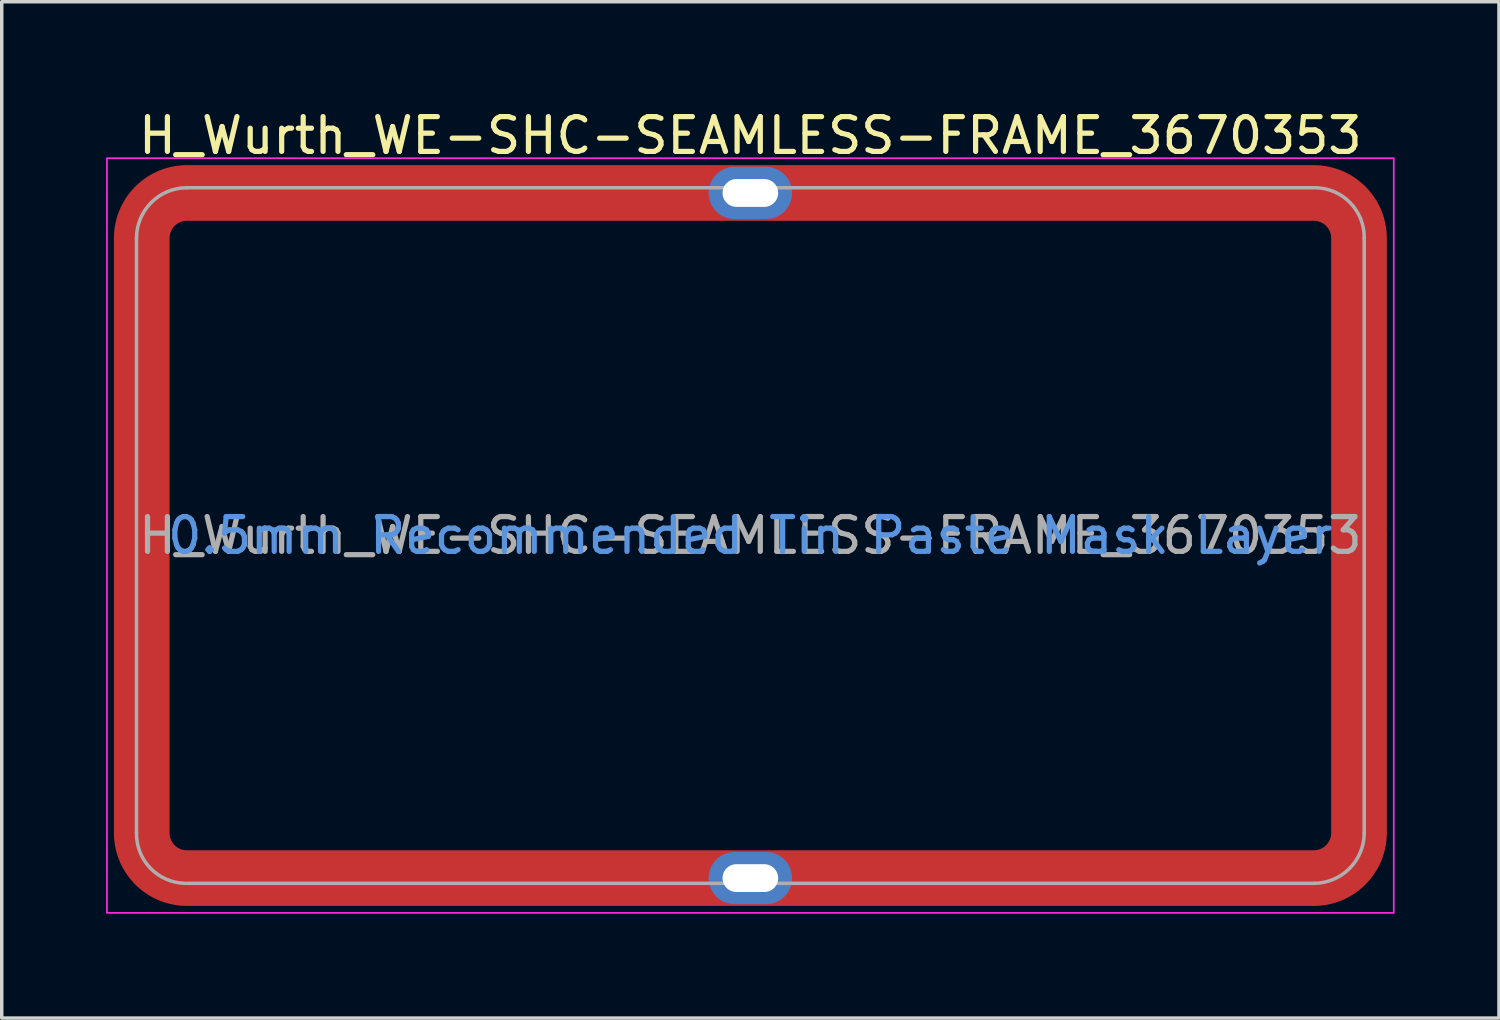
<source format=kicad_pcb>
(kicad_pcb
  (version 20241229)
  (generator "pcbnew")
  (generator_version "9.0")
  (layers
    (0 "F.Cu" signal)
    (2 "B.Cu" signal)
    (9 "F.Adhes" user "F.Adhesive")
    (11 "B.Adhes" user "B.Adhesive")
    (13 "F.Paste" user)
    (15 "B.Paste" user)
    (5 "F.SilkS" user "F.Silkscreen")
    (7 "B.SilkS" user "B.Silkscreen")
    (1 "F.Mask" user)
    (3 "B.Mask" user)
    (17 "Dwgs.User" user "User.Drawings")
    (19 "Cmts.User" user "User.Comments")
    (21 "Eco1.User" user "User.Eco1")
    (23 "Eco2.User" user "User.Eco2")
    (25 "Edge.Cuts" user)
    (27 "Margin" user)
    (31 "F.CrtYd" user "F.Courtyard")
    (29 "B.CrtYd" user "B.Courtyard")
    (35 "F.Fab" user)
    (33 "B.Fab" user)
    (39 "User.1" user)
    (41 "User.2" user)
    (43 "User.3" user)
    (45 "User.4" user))
  (footprint "H_Wurth_WE-SHC-SEAMLESS-FRAME_3670353"
    (layer "F.Cu")
    (at 18.525 12.348)
    (property "Reference" "H_Wurth_WE-SHC-SEAMLESS-FRAME_3670353" (at 0 -11.5 0) (unlocked yes) (layer "F.SilkS") (effects (font (size 1 1) (thickness 0.15))))
    (attr smd)
    (fp_poly (pts (xy -16.75 0.004) (xy -18.25 0.004) (xy -18.25 -8.55) (xy -18.247 -8.657) (xy -18.239 -8.764) (xy -18.225 -8.871) (xy -18.205 -8.976) (xy -18.18 -9.081) (xy -18.15 -9.183) (xy -18.114 -9.285) (xy -18.073 -9.384) (xy -18.027 -9.481) (xy -17.975 -9.575) (xy -17.919 -9.667) (xy -17.858 -9.755) (xy -17.793 -9.84) (xy -17.723 -9.922) (xy -17.65 -10) (xy -17.572 -10.073) (xy -17.49 -10.143) (xy -17.405 -10.208) (xy -17.317 -10.269) (xy -17.225 -10.325) (xy -17.131 -10.377) (xy -17.034 -10.423) (xy -16.935 -10.464) (xy -16.833 -10.5) (xy -16.731 -10.53) (xy -16.626 -10.555) (xy -16.521 -10.575) (xy -16.414 -10.589) (xy -16.307 -10.597) (xy -16.2 -10.6) (xy 16.2 -10.6) (xy 16.307 -10.597) (xy 16.414 -10.589) (xy 16.521 -10.575) (xy 16.626 -10.555) (xy 16.731 -10.53) (xy 16.833 -10.5) (xy 16.935 -10.464) (xy 17.034 -10.423) (xy 17.131 -10.377) (xy 17.225 -10.325) (xy 17.317 -10.269) (xy 17.405 -10.208) (xy 17.49 -10.143) (xy 17.572 -10.073) (xy 17.65 -10) (xy 17.723 -9.922) (xy 17.793 -9.84) (xy 17.858 -9.755) (xy 17.919 -9.667) (xy 17.975 -9.575) (xy 18.027 -9.481) (xy 18.073 -9.384) (xy 18.114 -9.285) (xy 18.15 -9.183) (xy 18.18 -9.081) (xy 18.205 -8.976) (xy 18.225 -8.871) (xy 18.239 -8.764) (xy 18.247 -8.657) (xy 18.25 -8.55) (xy 18.25 0.004) (xy 16.75 0.004) (xy 16.75 -8.55) (xy 16.749 -8.579) (xy 16.747 -8.607) (xy 16.743 -8.636) (xy 16.738 -8.664) (xy 16.731 -8.692) (xy 16.723 -8.72) (xy 16.713 -8.747) (xy 16.702 -8.774) (xy 16.69 -8.8) (xy 16.676 -8.825) (xy 16.661 -8.85) (xy 16.645 -8.873) (xy 16.627 -8.896) (xy 16.609 -8.918) (xy 16.589 -8.939) (xy 16.568 -8.959) (xy 16.546 -8.977) (xy 16.523 -8.995) (xy 16.5 -9.011) (xy 16.475 -9.026) (xy 16.45 -9.04) (xy 16.424 -9.052) (xy 16.397 -9.063) (xy 16.37 -9.073) (xy 16.342 -9.081) (xy 16.314 -9.088) (xy 16.286 -9.093) (xy 16.257 -9.097) (xy 16.229 -9.099) (xy 16.2 -9.1) (xy -16.2 -9.1) (xy -16.229 -9.099) (xy -16.257 -9.097) (xy -16.286 -9.093) (xy -16.314 -9.088) (xy -16.342 -9.081) (xy -16.37 -9.073) (xy -16.397 -9.063) (xy -16.424 -9.052) (xy -16.45 -9.04) (xy -16.475 -9.026) (xy -16.5 -9.011) (xy -16.523 -8.995) (xy -16.546 -8.977) (xy -16.568 -8.959) (xy -16.589 -8.939) (xy -16.609 -8.918) (xy -16.627 -8.896) (xy -16.645 -8.873) (xy -16.661 -8.85) (xy -16.676 -8.825) (xy -16.69 -8.8) (xy -16.702 -8.774) (xy -16.713 -8.747) (xy -16.723 -8.72) (xy -16.731 -8.692) (xy -16.738 -8.664) (xy -16.743 -8.636) (xy -16.747 -8.607) (xy -16.749 -8.579) (xy -16.75 -8.55) (xy -16.75 -0.25)) (stroke (width 0.1) (type solid)) (fill yes) (layer "F.Cu"))
    (fp_poly (pts (xy 16.75 -0.004) (xy 18.25 -0.004) (xy 18.25 8.55) (xy 18.247 8.657) (xy 18.239 8.764) (xy 18.225 8.871) (xy 18.205 8.976) (xy 18.18 9.081) (xy 18.15 9.183) (xy 18.114 9.285) (xy 18.073 9.384) (xy 18.027 9.481) (xy 17.975 9.575) (xy 17.919 9.667) (xy 17.858 9.755) (xy 17.793 9.84) (xy 17.723 9.922) (xy 17.65 10) (xy 17.572 10.073) (xy 17.49 10.143) (xy 17.405 10.208) (xy 17.317 10.269) (xy 17.225 10.325) (xy 17.131 10.377) (xy 17.034 10.423) (xy 16.935 10.464) (xy 16.833 10.5) (xy 16.731 10.53) (xy 16.626 10.555) (xy 16.521 10.575) (xy 16.414 10.589) (xy 16.307 10.597) (xy 16.2 10.6) (xy -16.2 10.6) (xy -16.307 10.597) (xy -16.414 10.589) (xy -16.521 10.575) (xy -16.626 10.555) (xy -16.731 10.53) (xy -16.833 10.5) (xy -16.935 10.464) (xy -17.034 10.423) (xy -17.131 10.377) (xy -17.225 10.325) (xy -17.317 10.269) (xy -17.405 10.208) (xy -17.49 10.143) (xy -17.572 10.073) (xy -17.65 10) (xy -17.723 9.922) (xy -17.793 9.84) (xy -17.858 9.755) (xy -17.919 9.667) (xy -17.975 9.575) (xy -18.027 9.481) (xy -18.073 9.384) (xy -18.114 9.285) (xy -18.15 9.183) (xy -18.18 9.081) (xy -18.205 8.976) (xy -18.225 8.871) (xy -18.239 8.764) (xy -18.247 8.657) (xy -18.25 8.55) (xy -18.25 -0.004) (xy -16.75 -0.004) (xy -16.75 8.55) (xy -16.749 8.579) (xy -16.747 8.607) (xy -16.743 8.636) (xy -16.738 8.664) (xy -16.731 8.692) (xy -16.723 8.72) (xy -16.713 8.747) (xy -16.702 8.774) (xy -16.69 8.8) (xy -16.676 8.825) (xy -16.661 8.85) (xy -16.645 8.873) (xy -16.627 8.896) (xy -16.609 8.918) (xy -16.589 8.939) (xy -16.568 8.959) (xy -16.546 8.977) (xy -16.523 8.995) (xy -16.5 9.011) (xy -16.475 9.026) (xy -16.45 9.04) (xy -16.424 9.052) (xy -16.397 9.063) (xy -16.37 9.073) (xy -16.342 9.081) (xy -16.314 9.088) (xy -16.286 9.093) (xy -16.257 9.097) (xy -16.229 9.099) (xy -16.2 9.1) (xy 16.2 9.1) (xy 16.229 9.099) (xy 16.257 9.097) (xy 16.286 9.093) (xy 16.314 9.088) (xy 16.342 9.081) (xy 16.37 9.073) (xy 16.397 9.063) (xy 16.424 9.052) (xy 16.45 9.04) (xy 16.475 9.026) (xy 16.5 9.011) (xy 16.523 8.995) (xy 16.546 8.977) (xy 16.568 8.959) (xy 16.589 8.939) (xy 16.609 8.918) (xy 16.627 8.896) (xy 16.645 8.873) (xy 16.661 8.85) (xy 16.676 8.825) (xy 16.69 8.8) (xy 16.702 8.774) (xy 16.713 8.747) (xy 16.723 8.72) (xy 16.731 8.692) (xy 16.738 8.664) (xy 16.743 8.636) (xy 16.747 8.607) (xy 16.749 8.579) (xy 16.75 8.55) (xy 16.75 0.25)) (stroke (width 0.1) (type solid)) (fill yes) (layer "F.Cu"))
    (fp_poly (pts (xy -16.75 0.004) (xy -18.25 0.004) (xy -18.25 -8.55) (xy -18.247 -8.657) (xy -18.239 -8.764) (xy -18.225 -8.871) (xy -18.205 -8.976) (xy -18.18 -9.081) (xy -18.15 -9.183) (xy -18.114 -9.285) (xy -18.073 -9.384) (xy -18.027 -9.481) (xy -17.975 -9.575) (xy -17.919 -9.667) (xy -17.858 -9.755) (xy -17.793 -9.84) (xy -17.723 -9.922) (xy -17.65 -10) (xy -17.572 -10.073) (xy -17.49 -10.143) (xy -17.405 -10.208) (xy -17.317 -10.269) (xy -17.225 -10.325) (xy -17.131 -10.377) (xy -17.034 -10.423) (xy -16.935 -10.464) (xy -16.833 -10.5) (xy -16.731 -10.53) (xy -16.626 -10.555) (xy -16.521 -10.575) (xy -16.414 -10.589) (xy -16.307 -10.597) (xy -16.2 -10.6) (xy 16.2 -10.6) (xy 16.307 -10.597) (xy 16.414 -10.589) (xy 16.521 -10.575) (xy 16.626 -10.555) (xy 16.731 -10.53) (xy 16.833 -10.5) (xy 16.935 -10.464) (xy 17.034 -10.423) (xy 17.131 -10.377) (xy 17.225 -10.325) (xy 17.317 -10.269) (xy 17.405 -10.208) (xy 17.49 -10.143) (xy 17.572 -10.073) (xy 17.65 -10) (xy 17.723 -9.922) (xy 17.793 -9.84) (xy 17.858 -9.755) (xy 17.919 -9.667) (xy 17.975 -9.575) (xy 18.027 -9.481) (xy 18.073 -9.384) (xy 18.114 -9.285) (xy 18.15 -9.183) (xy 18.18 -9.081) (xy 18.205 -8.976) (xy 18.225 -8.871) (xy 18.239 -8.764) (xy 18.247 -8.657) (xy 18.25 -8.55) (xy 18.25 0.004) (xy 16.75 0.004) (xy 16.75 -8.55) (xy 16.749 -8.579) (xy 16.747 -8.607) (xy 16.743 -8.636) (xy 16.738 -8.664) (xy 16.731 -8.692) (xy 16.723 -8.72) (xy 16.713 -8.747) (xy 16.702 -8.774) (xy 16.69 -8.8) (xy 16.676 -8.825) (xy 16.661 -8.85) (xy 16.645 -8.873) (xy 16.627 -8.896) (xy 16.609 -8.918) (xy 16.589 -8.939) (xy 16.568 -8.959) (xy 16.546 -8.977) (xy 16.523 -8.995) (xy 16.5 -9.011) (xy 16.475 -9.026) (xy 16.45 -9.04) (xy 16.424 -9.052) (xy 16.397 -9.063) (xy 16.37 -9.073) (xy 16.342 -9.081) (xy 16.314 -9.088) (xy 16.286 -9.093) (xy 16.257 -9.097) (xy 16.229 -9.099) (xy 16.2 -9.1) (xy -16.2 -9.1) (xy -16.229 -9.099) (xy -16.257 -9.097) (xy -16.286 -9.093) (xy -16.314 -9.088) (xy -16.342 -9.081) (xy -16.37 -9.073) (xy -16.397 -9.063) (xy -16.424 -9.052) (xy -16.45 -9.04) (xy -16.475 -9.026) (xy -16.5 -9.011) (xy -16.523 -8.995) (xy -16.546 -8.977) (xy -16.568 -8.959) (xy -16.589 -8.939) (xy -16.609 -8.918) (xy -16.627 -8.896) (xy -16.645 -8.873) (xy -16.661 -8.85) (xy -16.676 -8.825) (xy -16.69 -8.8) (xy -16.702 -8.774) (xy -16.713 -8.747) (xy -16.723 -8.72) (xy -16.731 -8.692) (xy -16.738 -8.664) (xy -16.743 -8.636) (xy -16.747 -8.607) (xy -16.749 -8.579) (xy -16.75 -8.55) (xy -16.75 -0.25)) (stroke (width 0.1) (type solid)) (fill yes) (layer "F.Mask"))
    (fp_poly (pts (xy 16.75 -0.004) (xy 18.25 -0.004) (xy 18.25 8.55) (xy 18.247 8.657) (xy 18.239 8.764) (xy 18.225 8.871) (xy 18.205 8.976) (xy 18.18 9.081) (xy 18.15 9.183) (xy 18.114 9.285) (xy 18.073 9.384) (xy 18.027 9.481) (xy 17.975 9.575) (xy 17.919 9.667) (xy 17.858 9.755) (xy 17.793 9.84) (xy 17.723 9.922) (xy 17.65 10) (xy 17.572 10.073) (xy 17.49 10.143) (xy 17.405 10.208) (xy 17.317 10.269) (xy 17.225 10.325) (xy 17.131 10.377) (xy 17.034 10.423) (xy 16.935 10.464) (xy 16.833 10.5) (xy 16.731 10.53) (xy 16.626 10.555) (xy 16.521 10.575) (xy 16.414 10.589) (xy 16.307 10.597) (xy 16.2 10.6) (xy -16.2 10.6) (xy -16.307 10.597) (xy -16.414 10.589) (xy -16.521 10.575) (xy -16.626 10.555) (xy -16.731 10.53) (xy -16.833 10.5) (xy -16.935 10.464) (xy -17.034 10.423) (xy -17.131 10.377) (xy -17.225 10.325) (xy -17.317 10.269) (xy -17.405 10.208) (xy -17.49 10.143) (xy -17.572 10.073) (xy -17.65 10) (xy -17.723 9.922) (xy -17.793 9.84) (xy -17.858 9.755) (xy -17.919 9.667) (xy -17.975 9.575) (xy -18.027 9.481) (xy -18.073 9.384) (xy -18.114 9.285) (xy -18.15 9.183) (xy -18.18 9.081) (xy -18.205 8.976) (xy -18.225 8.871) (xy -18.239 8.764) (xy -18.247 8.657) (xy -18.25 8.55) (xy -18.25 -0.004) (xy -16.75 -0.004) (xy -16.75 8.55) (xy -16.749 8.579) (xy -16.747 8.607) (xy -16.743 8.636) (xy -16.738 8.664) (xy -16.731 8.692) (xy -16.723 8.72) (xy -16.713 8.747) (xy -16.702 8.774) (xy -16.69 8.8) (xy -16.676 8.825) (xy -16.661 8.85) (xy -16.645 8.873) (xy -16.627 8.896) (xy -16.609 8.918) (xy -16.589 8.939) (xy -16.568 8.959) (xy -16.546 8.977) (xy -16.523 8.995) (xy -16.5 9.011) (xy -16.475 9.026) (xy -16.45 9.04) (xy -16.424 9.052) (xy -16.397 9.063) (xy -16.37 9.073) (xy -16.342 9.081) (xy -16.314 9.088) (xy -16.286 9.093) (xy -16.257 9.097) (xy -16.229 9.099) (xy -16.2 9.1) (xy 16.2 9.1) (xy 16.229 9.099) (xy 16.257 9.097) (xy 16.286 9.093) (xy 16.314 9.088) (xy 16.342 9.081) (xy 16.37 9.073) (xy 16.397 9.063) (xy 16.424 9.052) (xy 16.45 9.04) (xy 16.475 9.026) (xy 16.5 9.011) (xy 16.523 8.995) (xy 16.546 8.977) (xy 16.568 8.959) (xy 16.589 8.939) (xy 16.609 8.918) (xy 16.627 8.896) (xy 16.645 8.873) (xy 16.661 8.85) (xy 16.676 8.825) (xy 16.69 8.8) (xy 16.702 8.774) (xy 16.713 8.747) (xy 16.723 8.72) (xy 16.731 8.692) (xy 16.738 8.664) (xy 16.743 8.636) (xy 16.747 8.607) (xy 16.749 8.579) (xy 16.75 8.55) (xy 16.75 0.25)) (stroke (width 0.1) (type solid)) (fill yes) (layer "F.Mask"))
    (fp_poly (pts (xy -16.75 0.004) (xy -18.25 0.004) (xy -18.25 -8.55) (xy -18.247 -8.657) (xy -18.239 -8.764) (xy -18.225 -8.871) (xy -18.205 -8.976) (xy -18.18 -9.081) (xy -18.15 -9.183) (xy -18.114 -9.285) (xy -18.073 -9.384) (xy -18.027 -9.481) (xy -17.975 -9.575) (xy -17.919 -9.667) (xy -17.858 -9.755) (xy -17.793 -9.84) (xy -17.723 -9.922) (xy -17.65 -10) (xy -17.572 -10.073) (xy -17.49 -10.143) (xy -17.405 -10.208) (xy -17.317 -10.269) (xy -17.225 -10.325) (xy -17.131 -10.377) (xy -17.034 -10.423) (xy -16.935 -10.464) (xy -16.833 -10.5) (xy -16.731 -10.53) (xy -16.626 -10.555) (xy -16.521 -10.575) (xy -16.414 -10.589) (xy -16.307 -10.597) (xy -16.2 -10.6) (xy 16.2 -10.6) (xy 16.307 -10.597) (xy 16.414 -10.589) (xy 16.521 -10.575) (xy 16.626 -10.555) (xy 16.731 -10.53) (xy 16.833 -10.5) (xy 16.935 -10.464) (xy 17.034 -10.423) (xy 17.131 -10.377) (xy 17.225 -10.325) (xy 17.317 -10.269) (xy 17.405 -10.208) (xy 17.49 -10.143) (xy 17.572 -10.073) (xy 17.65 -10) (xy 17.723 -9.922) (xy 17.793 -9.84) (xy 17.858 -9.755) (xy 17.919 -9.667) (xy 17.975 -9.575) (xy 18.027 -9.481) (xy 18.073 -9.384) (xy 18.114 -9.285) (xy 18.15 -9.183) (xy 18.18 -9.081) (xy 18.205 -8.976) (xy 18.225 -8.871) (xy 18.239 -8.764) (xy 18.247 -8.657) (xy 18.25 -8.55) (xy 18.25 0.004) (xy 16.75 0.004) (xy 16.75 -8.55) (xy 16.749 -8.579) (xy 16.747 -8.607) (xy 16.743 -8.636) (xy 16.738 -8.664) (xy 16.731 -8.692) (xy 16.723 -8.72) (xy 16.713 -8.747) (xy 16.702 -8.774) (xy 16.69 -8.8) (xy 16.676 -8.825) (xy 16.661 -8.85) (xy 16.645 -8.873) (xy 16.627 -8.896) (xy 16.609 -8.918) (xy 16.589 -8.939) (xy 16.568 -8.959) (xy 16.546 -8.977) (xy 16.523 -8.995) (xy 16.5 -9.011) (xy 16.475 -9.026) (xy 16.45 -9.04) (xy 16.424 -9.052) (xy 16.397 -9.063) (xy 16.37 -9.073) (xy 16.342 -9.081) (xy 16.314 -9.088) (xy 16.286 -9.093) (xy 16.257 -9.097) (xy 16.229 -9.099) (xy 16.2 -9.1) (xy -16.2 -9.1) (xy -16.229 -9.099) (xy -16.257 -9.097) (xy -16.286 -9.093) (xy -16.314 -9.088) (xy -16.342 -9.081) (xy -16.37 -9.073) (xy -16.397 -9.063) (xy -16.424 -9.052) (xy -16.45 -9.04) (xy -16.475 -9.026) (xy -16.5 -9.011) (xy -16.523 -8.995) (xy -16.546 -8.977) (xy -16.568 -8.959) (xy -16.589 -8.939) (xy -16.609 -8.918) (xy -16.627 -8.896) (xy -16.645 -8.873) (xy -16.661 -8.85) (xy -16.676 -8.825) (xy -16.69 -8.8) (xy -16.702 -8.774) (xy -16.713 -8.747) (xy -16.723 -8.72) (xy -16.731 -8.692) (xy -16.738 -8.664) (xy -16.743 -8.636) (xy -16.747 -8.607) (xy -16.749 -8.579) (xy -16.75 -8.55) (xy -16.75 -0.25)) (stroke (width 0.1) (type solid)) (fill yes) (layer "F.Paste"))
    (fp_poly (pts (xy 16.75 -0.004) (xy 18.25 -0.004) (xy 18.25 8.55) (xy 18.247 8.657) (xy 18.239 8.764) (xy 18.225 8.871) (xy 18.205 8.976) (xy 18.18 9.081) (xy 18.15 9.183) (xy 18.114 9.285) (xy 18.073 9.384) (xy 18.027 9.481) (xy 17.975 9.575) (xy 17.919 9.667) (xy 17.858 9.755) (xy 17.793 9.84) (xy 17.723 9.922) (xy 17.65 10) (xy 17.572 10.073) (xy 17.49 10.143) (xy 17.405 10.208) (xy 17.317 10.269) (xy 17.225 10.325) (xy 17.131 10.377) (xy 17.034 10.423) (xy 16.935 10.464) (xy 16.833 10.5) (xy 16.731 10.53) (xy 16.626 10.555) (xy 16.521 10.575) (xy 16.414 10.589) (xy 16.307 10.597) (xy 16.2 10.6) (xy -16.2 10.6) (xy -16.307 10.597) (xy -16.414 10.589) (xy -16.521 10.575) (xy -16.626 10.555) (xy -16.731 10.53) (xy -16.833 10.5) (xy -16.935 10.464) (xy -17.034 10.423) (xy -17.131 10.377) (xy -17.225 10.325) (xy -17.317 10.269) (xy -17.405 10.208) (xy -17.49 10.143) (xy -17.572 10.073) (xy -17.65 10) (xy -17.723 9.922) (xy -17.793 9.84) (xy -17.858 9.755) (xy -17.919 9.667) (xy -17.975 9.575) (xy -18.027 9.481) (xy -18.073 9.384) (xy -18.114 9.285) (xy -18.15 9.183) (xy -18.18 9.081) (xy -18.205 8.976) (xy -18.225 8.871) (xy -18.239 8.764) (xy -18.247 8.657) (xy -18.25 8.55) (xy -18.25 -0.004) (xy -16.75 -0.004) (xy -16.75 8.55) (xy -16.749 8.579) (xy -16.747 8.607) (xy -16.743 8.636) (xy -16.738 8.664) (xy -16.731 8.692) (xy -16.723 8.72) (xy -16.713 8.747) (xy -16.702 8.774) (xy -16.69 8.8) (xy -16.676 8.825) (xy -16.661 8.85) (xy -16.645 8.873) (xy -16.627 8.896) (xy -16.609 8.918) (xy -16.589 8.939) (xy -16.568 8.959) (xy -16.546 8.977) (xy -16.523 8.995) (xy -16.5 9.011) (xy -16.475 9.026) (xy -16.45 9.04) (xy -16.424 9.052) (xy -16.397 9.063) (xy -16.37 9.073) (xy -16.342 9.081) (xy -16.314 9.088) (xy -16.286 9.093) (xy -16.257 9.097) (xy -16.229 9.099) (xy -16.2 9.1) (xy 16.2 9.1) (xy 16.229 9.099) (xy 16.257 9.097) (xy 16.286 9.093) (xy 16.314 9.088) (xy 16.342 9.081) (xy 16.37 9.073) (xy 16.397 9.063) (xy 16.424 9.052) (xy 16.45 9.04) (xy 16.475 9.026) (xy 16.5 9.011) (xy 16.523 8.995) (xy 16.546 8.977) (xy 16.568 8.959) (xy 16.589 8.939) (xy 16.609 8.918) (xy 16.627 8.896) (xy 16.645 8.873) (xy 16.661 8.85) (xy 16.676 8.825) (xy 16.69 8.8) (xy 16.702 8.774) (xy 16.713 8.747) (xy 16.723 8.72) (xy 16.731 8.692) (xy 16.738 8.664) (xy 16.743 8.636) (xy 16.747 8.607) (xy 16.749 8.579) (xy 16.75 8.55) (xy 16.75 0.25)) (stroke (width 0.1) (type solid)) (fill yes) (layer "F.Paste"))
    (fp_rect (start -18.5 -10.85) (end 18.5 10.85) (stroke (width 0.05) (type solid)) (fill no) (layer "F.CrtYd"))
    (fp_line (start -17.65 8.55) (end -17.65 -8.55) (stroke (width 0.1) (type solid)) (layer "F.Fab"))
    (fp_line (start -16.2 -10) (end 16.2 -10) (stroke (width 0.1) (type solid)) (layer "F.Fab"))
    (fp_line (start -16.2 10) (end 16.2 10) (stroke (width 0.1) (type solid)) (layer "F.Fab"))
    (fp_line (start 17.65 8.55) (end 17.65 -8.55) (stroke (width 0.1) (type solid)) (layer "F.Fab"))
    (fp_arc (start -17.65 -8.55) (mid -17.225305 -9.575304) (end -16.2 -10) (stroke (width 0.1) (type default)) (layer "F.Fab"))
    (fp_arc (start -16.25 10) (mid -17.250305 9.56495) (end -17.65 8.55) (stroke (width 0.1) (type default)) (layer "F.Fab"))
    (fp_arc (start 16.25 -10) (mid 17.250305 -9.56495) (end 17.65 -8.55) (stroke (width 0.1) (type default)) (layer "F.Fab"))
    (fp_arc (start 17.65 8.55) (mid 17.225305 9.575304) (end 16.2 10) (stroke (width 0.1) (type default)) (layer "F.Fab"))
    (fp_text user "0.5mm Recommended Tin Paste Mask Layer" (at 0 0 0) (unlocked yes) (layer "Cmts.User") (effects (font (size 1 1) (thickness 0.15))))
    (fp_text user "${REFERENCE}" (at 0 0 0) (unlocked yes) (layer "F.Fab") (effects (font (size 1 1) (thickness 0.15))))
    (pad "1" thru_hole oval (at 0 -9.85) (size 2.4 1.5) (drill oval 1.6 0.8) (layers "*.Cu" "*.Mask"))
    (pad "1" thru_hole oval (at 0 9.85) (size 2.4 1.5) (drill oval 1.6 0.8) (layers "*.Cu" "*.Mask")))
  (gr_rect
    (start -3 -3)
    (end 40.05 26.223)
    (stroke (width 0.1) (type default))
    (fill no)
    (layer "Edge.Cuts")))
</source>
